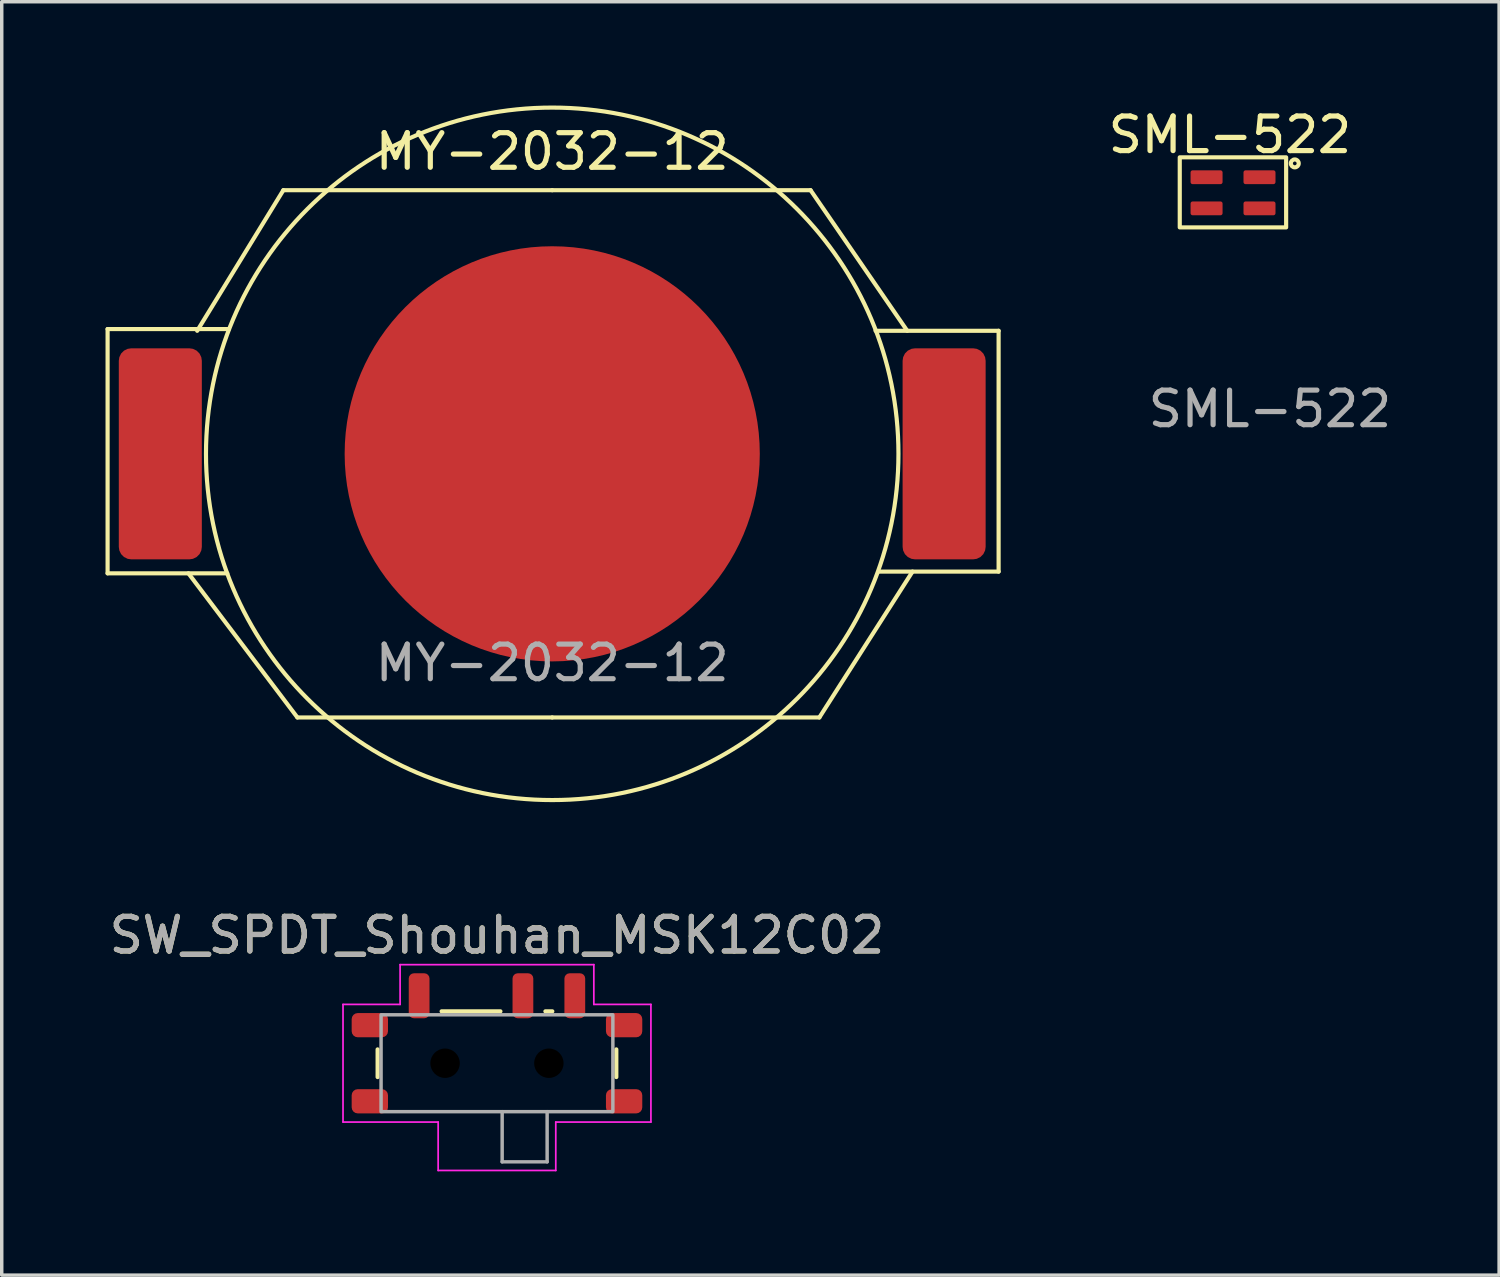
<source format=kicad_pcb>
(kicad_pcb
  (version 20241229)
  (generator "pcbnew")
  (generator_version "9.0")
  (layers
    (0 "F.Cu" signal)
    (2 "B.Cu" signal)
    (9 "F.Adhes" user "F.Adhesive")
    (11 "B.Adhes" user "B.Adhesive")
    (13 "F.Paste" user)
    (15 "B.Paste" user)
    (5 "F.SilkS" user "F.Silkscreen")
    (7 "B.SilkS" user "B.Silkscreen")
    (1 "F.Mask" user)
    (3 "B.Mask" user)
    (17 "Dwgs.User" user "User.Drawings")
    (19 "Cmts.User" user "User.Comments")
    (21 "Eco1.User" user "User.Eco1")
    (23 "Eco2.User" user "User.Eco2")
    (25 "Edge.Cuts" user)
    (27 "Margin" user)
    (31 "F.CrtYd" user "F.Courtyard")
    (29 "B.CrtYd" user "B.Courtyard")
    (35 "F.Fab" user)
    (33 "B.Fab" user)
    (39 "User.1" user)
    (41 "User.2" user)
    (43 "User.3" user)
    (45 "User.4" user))
  (footprint "SML-522"
    (layer "F.Cu")
    (at 32.591 2.523)
    (property "Reference" "SML-522" (at -0.09 -1.675 0) (unlocked yes) (layer "F.SilkS") (effects (font (size 1 1) (thickness 0.15))))
    (attr smd)
    (fp_rect (start -1.54 -1.025) (end 1.535 1) (stroke (width 0.12) (type default)) (fill no) (layer "F.SilkS"))
    (fp_circle (center 1.785 -0.85) (end 1.887 -0.799) (stroke (width 0.12) (type default)) (fill no) (layer "F.SilkS"))
    (fp_text user "${REFERENCE}" (at 1.067 6.248 0) (unlocked yes) (layer "F.Fab") (effects (font (size 1 1) (thickness 0.15))))
    (fp_text user "C162070" (at -2.54 4.928 0) (unlocked yes) (layer "User.1") (effects (font (size 1 1) (thickness 0.15)) (justify left bottom)))
    (pad "1" smd roundrect (at 0.765 -0.45) (size 0.925 0.4) (layers "F.Cu" "F.Mask" "F.Paste") (roundrect_rratio 0.15))
    (pad "2" smd roundrect (at -0.765 -0.45) (size 0.925 0.4) (layers "F.Cu" "F.Mask" "F.Paste") (roundrect_rratio 0.15))
    (pad "3" smd roundrect (at 0.765 0.45) (size 0.925 0.4) (layers "F.Cu" "F.Mask" "F.Paste") (roundrect_rratio 0.15))
    (pad "4" smd roundrect (at -0.765 0.45) (size 0.925 0.4) (layers "F.Cu" "F.Mask" "F.Paste") (roundrect_rratio 0.15)))
  (footprint "MY-2032-12"
    (layer "F.Cu")
    (at 12.912 10.068)
    (property "Reference" "MY-2032-12" (at 0 -8.738 0) (unlocked yes) (layer "F.SilkS") (effects (font (size 1 1) (thickness 0.15))))
    (attr smd)
    (fp_line (start -12.852 -3.607) (end -12.852 3.454) (stroke (width 0.12) (type default)) (layer "F.SilkS"))
    (fp_line (start -12.852 3.454) (end -9.393 3.454) (stroke (width 0.12) (type default)) (layer "F.SilkS"))
    (fp_line (start -9.347 -3.607) (end -12.852 -3.607) (stroke (width 0.12) (type default)) (layer "F.SilkS"))
    (fp_line (start -7.772 -7.62) (end -10.262 -3.556) (stroke (width 0.12) (type default)) (layer "F.SilkS"))
    (fp_line (start -7.366 7.62) (end -10.516 3.454) (stroke (width 0.12) (type default)) (layer "F.SilkS"))
    (fp_line (start 0 -7.62) (end -7.772 -7.62) (stroke (width 0.12) (type default)) (layer "F.SilkS"))
    (fp_line (start 0 -7.62) (end 7.468 -7.62) (stroke (width 0.12) (type default)) (layer "F.SilkS"))
    (fp_line (start 0 7.62) (end -7.366 7.62) (stroke (width 0.12) (type default)) (layer "F.SilkS"))
    (fp_line (start 0 7.62) (end 7.722 7.62) (stroke (width 0.12) (type default)) (layer "F.SilkS"))
    (fp_line (start 7.468 -7.62) (end 10.262 -3.556) (stroke (width 0.12) (type default)) (layer "F.SilkS"))
    (fp_line (start 7.722 7.62) (end 10.414 3.404) (stroke (width 0.12) (type default)) (layer "F.SilkS"))
    (fp_line (start 12.903 -3.556) (end 9.347 -3.556) (stroke (width 0.12) (type default)) (layer "F.SilkS"))
    (fp_line (start 12.903 3.404) (end 9.449 3.404) (stroke (width 0.12) (type default)) (layer "F.SilkS"))
    (fp_line (start 12.903 3.404) (end 12.903 -3.556) (stroke (width 0.12) (type default)) (layer "F.SilkS"))
    (fp_circle (center 0 0) (end 10.008 0) (stroke (width 0.12) (type default)) (fill no) (layer "F.SilkS"))
    (fp_text user "${REFERENCE}" (at 0 6.045 0) (unlocked yes) (layer "F.Fab") (effects (font (size 1 1) (thickness 0.15))))
    (pad "1" smd roundrect (at -11.328 0 180) (size 2.4 6.1) (layers "F.Cu" "F.Mask" "F.Paste") (roundrect_rratio 0.15))
    (pad "1" smd roundrect (at 11.328 0 180) (size 2.4 6.1) (layers "F.Cu" "F.Mask" "F.Paste") (roundrect_rratio 0.15))
    (pad "2" smd circle (at 0 0 90) (size 12 12) (layers "F.Cu" "F.Mask" "F.Paste")))
  (footprint "SW_SPDT_Shouhan_MSK12C02"
    (layer "F.Cu")
    (at 11.315 27.683)
    (property "Reference" "SW_SPDT_Shouhan_MSK12C02" (at 0 -3.7 0) (layer "F.SilkS") (effects (font (size 1 1) (thickness 0.15))))
    (attr smd)
    (fp_line (start -3.45 -0.4) (end -3.45 0.4) (stroke (width 0.12) (type default)) (layer "F.SilkS"))
    (fp_line (start -1.6 -1.5) (end 0.1 -1.5) (stroke (width 0.12) (type default)) (layer "F.SilkS"))
    (fp_line (start 1.4 -1.5) (end 1.6 -1.5) (stroke (width 0.12) (type default)) (layer "F.SilkS"))
    (fp_line (start 3.45 -0.4) (end 3.45 0.4) (stroke (width 0.12) (type default)) (layer "F.SilkS"))
    (fp_line (start -4.45 -1.7) (end -4.45 1.7) (stroke (width 0.05) (type default)) (layer "F.CrtYd"))
    (fp_line (start -4.45 -1.7) (end -2.8 -1.7) (stroke (width 0.05) (type default)) (layer "F.CrtYd"))
    (fp_line (start -4.45 1.7) (end -1.7 1.7) (stroke (width 0.05) (type default)) (layer "F.CrtYd"))
    (fp_line (start -2.8 -2.85) (end 2.8 -2.85) (stroke (width 0.05) (type default)) (layer "F.CrtYd"))
    (fp_line (start -2.8 -1.7) (end -2.8 -2.85) (stroke (width 0.05) (type default)) (layer "F.CrtYd"))
    (fp_line (start -1.7 1.7) (end -1.7 3.1) (stroke (width 0.05) (type default)) (layer "F.CrtYd"))
    (fp_line (start 1.7 1.7) (end 4.45 1.7) (stroke (width 0.05) (type default)) (layer "F.CrtYd"))
    (fp_line (start 1.7 3.1) (end -1.7 3.1) (stroke (width 0.05) (type default)) (layer "F.CrtYd"))
    (fp_line (start 1.7 3.1) (end 1.7 1.7) (stroke (width 0.05) (type default)) (layer "F.CrtYd"))
    (fp_line (start 2.8 -1.7) (end 2.8 -2.85) (stroke (width 0.05) (type default)) (layer "F.CrtYd"))
    (fp_line (start 4.45 -1.7) (end 2.8 -1.7) (stroke (width 0.05) (type default)) (layer "F.CrtYd"))
    (fp_line (start 4.45 1.7) (end 4.45 -1.7) (stroke (width 0.05) (type default)) (layer "F.CrtYd"))
    (fp_line (start 0.15 1.4) (end 0.15 2.85) (stroke (width 0.1) (type default)) (layer "F.Fab"))
    (fp_line (start 0.15 2.85) (end 1.45 2.85) (stroke (width 0.1) (type default)) (layer "F.Fab"))
    (fp_line (start 1.45 1.4) (end 1.45 2.85) (stroke (width 0.1) (type default)) (layer "F.Fab"))
    (fp_rect (start -3.35 -1.4) (end 3.35 1.4) (stroke (width 0.1) (type default)) (fill no) (layer "F.Fab"))
    (fp_text user "${REFERENCE}" (at 0 -3.7 0) (layer "F.Fab") (effects (font (size 1 1) (thickness 0.15))))
    (pad "" np_thru_hole circle (at -1.5 0) (size 0.85 0.85) (drill 0.85) (layers "*.Mask"))
    (pad "" np_thru_hole circle (at 1.5 0) (size 0.85 0.85) (drill 0.85) (layers "*.Mask"))
    (pad "1" smd roundrect (at -2.25 -1.95) (size 0.6 1.3) (layers "F.Cu" "F.Mask" "F.Paste") (roundrect_rratio 0.25))
    (pad "2" smd roundrect (at 0.75 -1.95) (size 0.6 1.3) (layers "F.Cu" "F.Mask" "F.Paste") (roundrect_rratio 0.25))
    (pad "3" smd roundrect (at 2.25 -1.95) (size 0.6 1.3) (layers "F.Cu" "F.Mask" "F.Paste") (roundrect_rratio 0.25))
    (pad "SH" smd roundrect (at -3.675 -1.1) (size 1.05 0.7) (layers "F.Cu" "F.Mask" "F.Paste") (roundrect_rratio 0.25))
    (pad "SH" smd roundrect (at -3.675 1.1) (size 1.05 0.7) (layers "F.Cu" "F.Mask" "F.Paste") (roundrect_rratio 0.25))
    (pad "SH" smd roundrect (at 3.675 -1.1) (size 1.05 0.7) (layers "F.Cu" "F.Mask" "F.Paste") (roundrect_rratio 0.25))
    (pad "SH" smd roundrect (at 3.675 1.1) (size 1.05 0.7) (layers "F.Cu" "F.Mask" "F.Paste") (roundrect_rratio 0.25)))
  (gr_rect
    (start -3 -3)
    (end 40.282 33.808)
    (stroke (width 0.1) (type default))
    (fill no)
    (layer "Edge.Cuts")))
</source>
